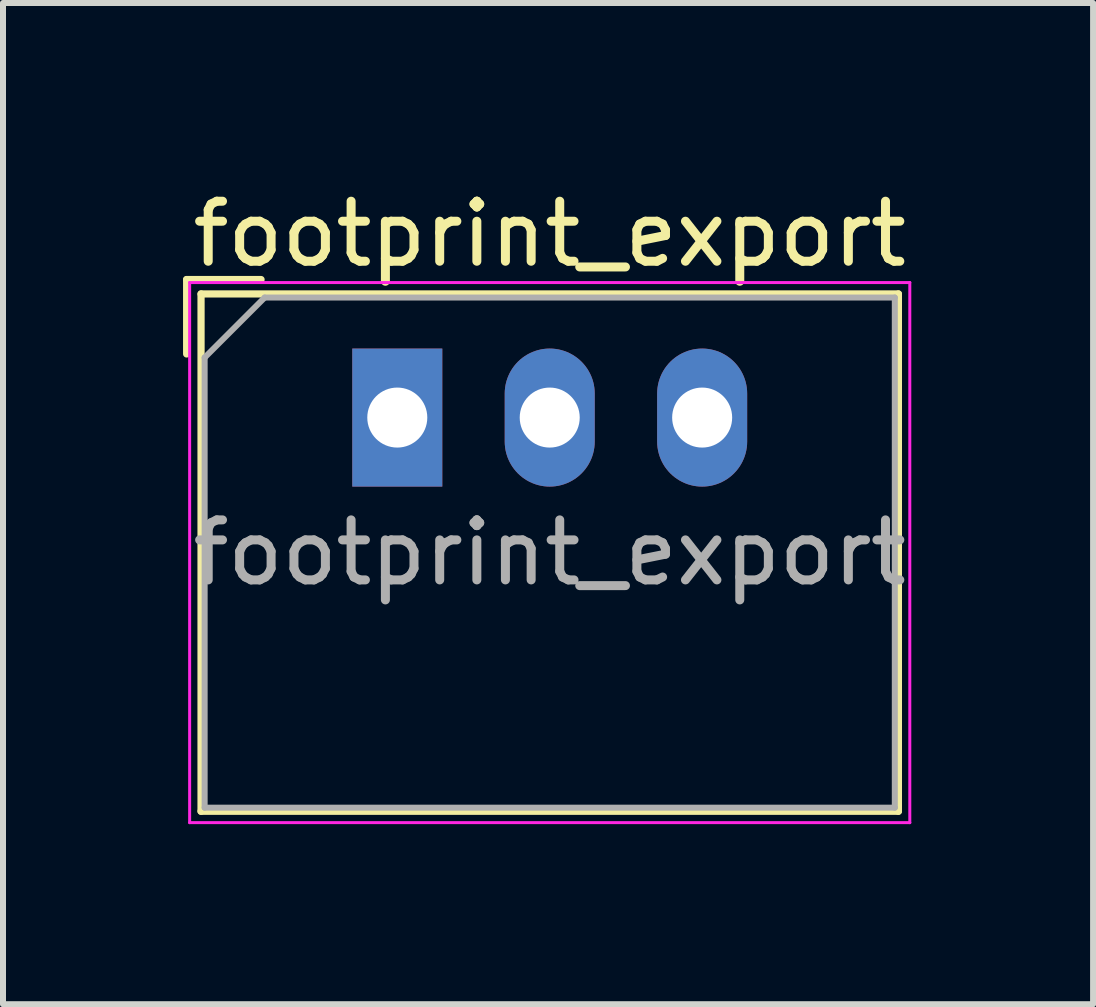
<source format=kicad_pcb>
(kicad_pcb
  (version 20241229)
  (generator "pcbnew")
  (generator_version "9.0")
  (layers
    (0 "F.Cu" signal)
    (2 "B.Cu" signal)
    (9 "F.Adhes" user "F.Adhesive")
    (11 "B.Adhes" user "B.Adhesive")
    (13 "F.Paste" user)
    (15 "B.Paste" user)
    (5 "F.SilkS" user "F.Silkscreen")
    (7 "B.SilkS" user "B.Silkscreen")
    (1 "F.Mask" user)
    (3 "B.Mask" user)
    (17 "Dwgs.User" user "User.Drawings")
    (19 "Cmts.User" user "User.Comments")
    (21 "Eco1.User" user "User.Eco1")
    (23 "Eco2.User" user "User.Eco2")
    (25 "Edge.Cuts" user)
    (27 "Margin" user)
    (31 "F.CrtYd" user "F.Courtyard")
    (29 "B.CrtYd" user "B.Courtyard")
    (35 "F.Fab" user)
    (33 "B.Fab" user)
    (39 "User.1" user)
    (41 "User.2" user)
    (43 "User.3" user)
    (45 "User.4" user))
  (footprint "footprint_export"
    (layer "F.Cu")
    (at 3.57 3.908)
    (property "Reference" "footprint_export" (at 2.54 -3.06 0) (layer "F.SilkS") (effects (font (size 1 1) (thickness 0.15))))
    (attr through_hole)
    (fp_line (start -3.51 -2.3) (end -2.27 -2.3) (stroke (width 0.12) (type solid)) (layer "F.SilkS"))
    (fp_line (start -3.51 -1.06) (end -3.51 -2.3) (stroke (width 0.12) (type solid)) (layer "F.SilkS"))
    (fp_line (start -3.27 -2.06) (end -3.27 6.56) (stroke (width 0.12) (type solid)) (layer "F.SilkS"))
    (fp_line (start -3.27 -2.06) (end 8.35 -2.06) (stroke (width 0.12) (type solid)) (layer "F.SilkS"))
    (fp_line (start -3.27 6.56) (end 8.35 6.56) (stroke (width 0.12) (type solid)) (layer "F.SilkS"))
    (fp_line (start 8.35 -2.06) (end 8.35 6.56) (stroke (width 0.12) (type solid)) (layer "F.SilkS"))
    (fp_line (start -3.46 -2.25) (end -3.46 6.75) (stroke (width 0.05) (type solid)) (layer "F.CrtYd"))
    (fp_line (start -3.46 6.75) (end 8.54 6.75) (stroke (width 0.05) (type solid)) (layer "F.CrtYd"))
    (fp_line (start 8.54 -2.25) (end -3.46 -2.25) (stroke (width 0.05) (type solid)) (layer "F.CrtYd"))
    (fp_line (start 8.54 6.75) (end 8.54 -2.25) (stroke (width 0.05) (type solid)) (layer "F.CrtYd"))
    (fp_line (start -3.21 -1) (end -2.21 -2) (stroke (width 0.1) (type solid)) (layer "F.Fab"))
    (fp_line (start -3.21 6.5) (end -3.21 -1) (stroke (width 0.1) (type solid)) (layer "F.Fab"))
    (fp_line (start -2.21 -2) (end 8.29 -2) (stroke (width 0.1) (type solid)) (layer "F.Fab"))
    (fp_line (start 8.29 -2) (end 8.29 6.5) (stroke (width 0.1) (type solid)) (layer "F.Fab"))
    (fp_line (start 8.29 6.5) (end -3.21 6.5) (stroke (width 0.1) (type solid)) (layer "F.Fab"))
    (fp_text user "${REFERENCE}" (at 2.54 2.25 0) (layer "F.Fab") (effects (font (size 1 1) (thickness 0.15))))
    (pad "1" thru_hole rect (at 0 0) (size 1.5 2.3) (drill 1) (layers "*.Cu" "*.Mask"))
    (pad "2" thru_hole oval (at 2.54 0) (size 1.5 2.3) (drill 1) (layers "*.Cu" "*.Mask"))
    (pad "3" thru_hole oval (at 5.08 0) (size 1.5 2.3) (drill 1) (layers "*.Cu" "*.Mask")))
  (gr_rect
    (start -3 -3)
    (end 15.164 13.683)
    (stroke (width 0.1) (type default))
    (fill no)
    (layer "Edge.Cuts")))
</source>
